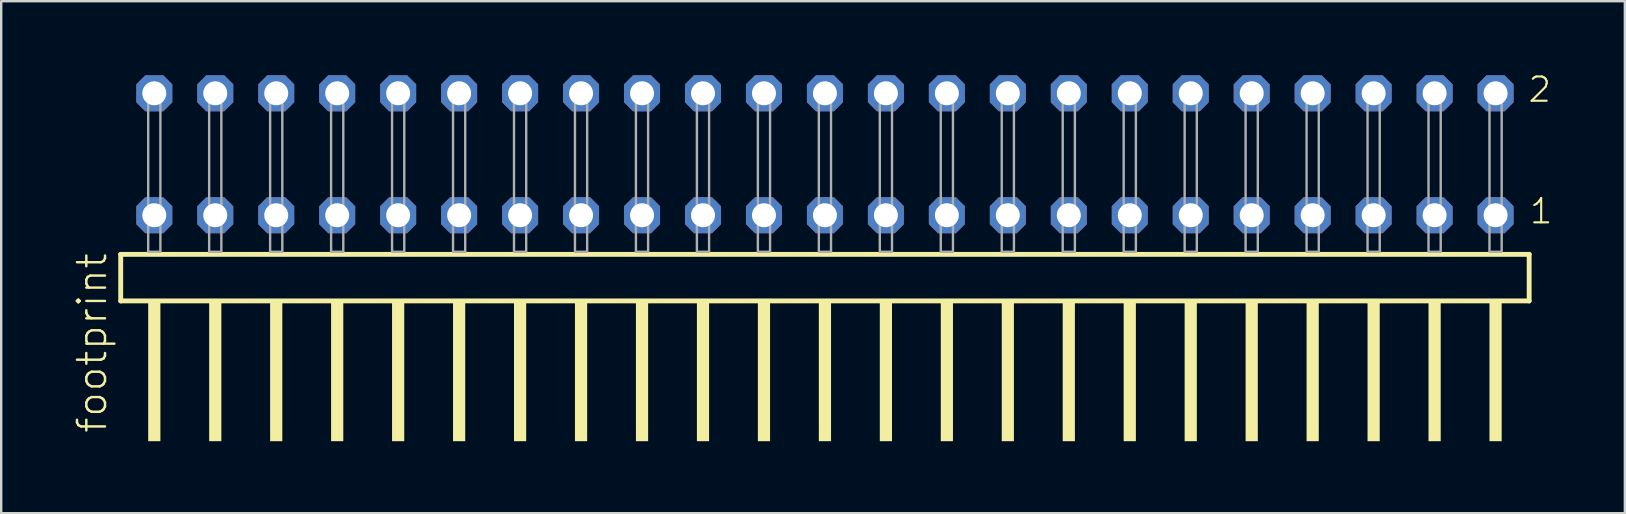
<source format=kicad_pcb>
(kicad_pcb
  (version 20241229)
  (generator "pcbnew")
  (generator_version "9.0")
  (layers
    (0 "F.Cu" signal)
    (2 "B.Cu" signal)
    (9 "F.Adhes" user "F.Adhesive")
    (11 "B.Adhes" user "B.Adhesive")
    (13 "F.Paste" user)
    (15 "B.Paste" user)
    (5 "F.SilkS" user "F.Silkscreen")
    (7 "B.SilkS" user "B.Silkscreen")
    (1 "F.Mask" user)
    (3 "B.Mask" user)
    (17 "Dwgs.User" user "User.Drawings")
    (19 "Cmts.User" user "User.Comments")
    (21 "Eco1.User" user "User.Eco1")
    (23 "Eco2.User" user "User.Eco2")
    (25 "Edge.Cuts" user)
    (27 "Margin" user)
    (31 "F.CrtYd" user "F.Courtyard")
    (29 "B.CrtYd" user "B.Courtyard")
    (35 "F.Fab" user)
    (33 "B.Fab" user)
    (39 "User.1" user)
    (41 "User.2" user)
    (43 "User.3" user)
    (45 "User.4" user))
  (footprint "footprint"
    (layer "F.Cu")
    (at 31.318 7.441)
    (property "Reference" "footprint" (at -29.845 7.62 90) (layer "F.SilkS") (effects (font (size 1.168 1.168) (thickness 0.102)) (justify left bottom)))
    (fp_line (start -29.339 0.106) (end -29.339 2.046) (stroke (width 0.203) (type solid)) (layer "F.SilkS"))
    (fp_line (start -29.339 2.046) (end 29.339 2.046) (stroke (width 0.203) (type solid)) (layer "F.SilkS"))
    (fp_line (start 29.339 0.106) (end -29.339 0.106) (stroke (width 0.203) (type solid)) (layer "F.SilkS"))
    (fp_line (start 29.339 2.046) (end 29.339 0.106) (stroke (width 0.203) (type solid)) (layer "F.SilkS"))
    (fp_poly (pts (xy -28.194 7.89) (xy -27.686 7.89) (xy -27.686 2.04) (xy -28.194 2.04)) (stroke (width 0) (type solid)) (fill yes) (layer "F.SilkS"))
    (fp_poly (pts (xy -25.654 7.89) (xy -25.146 7.89) (xy -25.146 2.04) (xy -25.654 2.04)) (stroke (width 0) (type solid)) (fill yes) (layer "F.SilkS"))
    (fp_poly (pts (xy -23.114 7.89) (xy -22.606 7.89) (xy -22.606 2.04) (xy -23.114 2.04)) (stroke (width 0) (type solid)) (fill yes) (layer "F.SilkS"))
    (fp_poly (pts (xy -20.574 7.89) (xy -20.066 7.89) (xy -20.066 2.04) (xy -20.574 2.04)) (stroke (width 0) (type solid)) (fill yes) (layer "F.SilkS"))
    (fp_poly (pts (xy -18.034 7.89) (xy -17.526 7.89) (xy -17.526 2.04) (xy -18.034 2.04)) (stroke (width 0) (type solid)) (fill yes) (layer "F.SilkS"))
    (fp_poly (pts (xy -15.494 7.89) (xy -14.986 7.89) (xy -14.986 2.04) (xy -15.494 2.04)) (stroke (width 0) (type solid)) (fill yes) (layer "F.SilkS"))
    (fp_poly (pts (xy -12.954 7.89) (xy -12.446 7.89) (xy -12.446 2.04) (xy -12.954 2.04)) (stroke (width 0) (type solid)) (fill yes) (layer "F.SilkS"))
    (fp_poly (pts (xy -10.414 7.89) (xy -9.906 7.89) (xy -9.906 2.04) (xy -10.414 2.04)) (stroke (width 0) (type solid)) (fill yes) (layer "F.SilkS"))
    (fp_poly (pts (xy -7.874 7.89) (xy -7.366 7.89) (xy -7.366 2.04) (xy -7.874 2.04)) (stroke (width 0) (type solid)) (fill yes) (layer "F.SilkS"))
    (fp_poly (pts (xy -5.334 7.89) (xy -4.826 7.89) (xy -4.826 2.04) (xy -5.334 2.04)) (stroke (width 0) (type solid)) (fill yes) (layer "F.SilkS"))
    (fp_poly (pts (xy -2.794 7.89) (xy -2.286 7.89) (xy -2.286 2.04) (xy -2.794 2.04)) (stroke (width 0) (type solid)) (fill yes) (layer "F.SilkS"))
    (fp_poly (pts (xy -0.254 7.89) (xy 0.254 7.89) (xy 0.254 2.04) (xy -0.254 2.04)) (stroke (width 0) (type solid)) (fill yes) (layer "F.SilkS"))
    (fp_poly (pts (xy 2.286 7.89) (xy 2.794 7.89) (xy 2.794 2.04) (xy 2.286 2.04)) (stroke (width 0) (type solid)) (fill yes) (layer "F.SilkS"))
    (fp_poly (pts (xy 4.826 7.89) (xy 5.334 7.89) (xy 5.334 2.04) (xy 4.826 2.04)) (stroke (width 0) (type solid)) (fill yes) (layer "F.SilkS"))
    (fp_poly (pts (xy 7.366 7.89) (xy 7.874 7.89) (xy 7.874 2.04) (xy 7.366 2.04)) (stroke (width 0) (type solid)) (fill yes) (layer "F.SilkS"))
    (fp_poly (pts (xy 9.906 7.89) (xy 10.414 7.89) (xy 10.414 2.04) (xy 9.906 2.04)) (stroke (width 0) (type solid)) (fill yes) (layer "F.SilkS"))
    (fp_poly (pts (xy 12.446 7.89) (xy 12.954 7.89) (xy 12.954 2.04) (xy 12.446 2.04)) (stroke (width 0) (type solid)) (fill yes) (layer "F.SilkS"))
    (fp_poly (pts (xy 14.986 7.89) (xy 15.494 7.89) (xy 15.494 2.04) (xy 14.986 2.04)) (stroke (width 0) (type solid)) (fill yes) (layer "F.SilkS"))
    (fp_poly (pts (xy 17.526 7.89) (xy 18.034 7.89) (xy 18.034 2.04) (xy 17.526 2.04)) (stroke (width 0) (type solid)) (fill yes) (layer "F.SilkS"))
    (fp_poly (pts (xy 20.066 7.89) (xy 20.574 7.89) (xy 20.574 2.04) (xy 20.066 2.04)) (stroke (width 0) (type solid)) (fill yes) (layer "F.SilkS"))
    (fp_poly (pts (xy 22.606 7.89) (xy 23.114 7.89) (xy 23.114 2.04) (xy 22.606 2.04)) (stroke (width 0) (type solid)) (fill yes) (layer "F.SilkS"))
    (fp_poly (pts (xy 25.146 7.89) (xy 25.654 7.89) (xy 25.654 2.04) (xy 25.146 2.04)) (stroke (width 0) (type solid)) (fill yes) (layer "F.SilkS"))
    (fp_poly (pts (xy 27.686 7.89) (xy 28.194 7.89) (xy 28.194 2.04) (xy 27.686 2.04)) (stroke (width 0) (type solid)) (fill yes) (layer "F.SilkS"))
    (fp_poly (pts (xy -28.194 0) (xy -27.686 0) (xy -27.686 -6.858) (xy -28.194 -6.858)) (stroke (width 0.1) (type solid)) (fill no) (layer "F.Fab"))
    (fp_poly (pts (xy -25.654 0) (xy -25.146 0) (xy -25.146 -6.858) (xy -25.654 -6.858)) (stroke (width 0.1) (type solid)) (fill no) (layer "F.Fab"))
    (fp_poly (pts (xy -23.114 0) (xy -22.606 0) (xy -22.606 -6.858) (xy -23.114 -6.858)) (stroke (width 0.1) (type solid)) (fill no) (layer "F.Fab"))
    (fp_poly (pts (xy -20.574 0) (xy -20.066 0) (xy -20.066 -6.858) (xy -20.574 -6.858)) (stroke (width 0.1) (type solid)) (fill no) (layer "F.Fab"))
    (fp_poly (pts (xy -18.034 0) (xy -17.526 0) (xy -17.526 -6.858) (xy -18.034 -6.858)) (stroke (width 0.1) (type solid)) (fill no) (layer "F.Fab"))
    (fp_poly (pts (xy -15.494 0) (xy -14.986 0) (xy -14.986 -6.858) (xy -15.494 -6.858)) (stroke (width 0.1) (type solid)) (fill no) (layer "F.Fab"))
    (fp_poly (pts (xy -12.954 0) (xy -12.446 0) (xy -12.446 -6.858) (xy -12.954 -6.858)) (stroke (width 0.1) (type solid)) (fill no) (layer "F.Fab"))
    (fp_poly (pts (xy -10.414 0) (xy -9.906 0) (xy -9.906 -6.858) (xy -10.414 -6.858)) (stroke (width 0.1) (type solid)) (fill no) (layer "F.Fab"))
    (fp_poly (pts (xy -7.874 0) (xy -7.366 0) (xy -7.366 -6.858) (xy -7.874 -6.858)) (stroke (width 0.1) (type solid)) (fill no) (layer "F.Fab"))
    (fp_poly (pts (xy -5.334 0) (xy -4.826 0) (xy -4.826 -6.858) (xy -5.334 -6.858)) (stroke (width 0.1) (type solid)) (fill no) (layer "F.Fab"))
    (fp_poly (pts (xy -2.794 0) (xy -2.286 0) (xy -2.286 -6.858) (xy -2.794 -6.858)) (stroke (width 0.1) (type solid)) (fill no) (layer "F.Fab"))
    (fp_poly (pts (xy -0.254 0) (xy 0.254 0) (xy 0.254 -6.858) (xy -0.254 -6.858)) (stroke (width 0.1) (type solid)) (fill no) (layer "F.Fab"))
    (fp_poly (pts (xy 2.286 0) (xy 2.794 0) (xy 2.794 -6.858) (xy 2.286 -6.858)) (stroke (width 0.1) (type solid)) (fill no) (layer "F.Fab"))
    (fp_poly (pts (xy 4.826 0) (xy 5.334 0) (xy 5.334 -6.858) (xy 4.826 -6.858)) (stroke (width 0.1) (type solid)) (fill no) (layer "F.Fab"))
    (fp_poly (pts (xy 7.366 0) (xy 7.874 0) (xy 7.874 -6.858) (xy 7.366 -6.858)) (stroke (width 0.1) (type solid)) (fill no) (layer "F.Fab"))
    (fp_poly (pts (xy 9.906 0) (xy 10.414 0) (xy 10.414 -6.858) (xy 9.906 -6.858)) (stroke (width 0.1) (type solid)) (fill no) (layer "F.Fab"))
    (fp_poly (pts (xy 12.446 0) (xy 12.954 0) (xy 12.954 -6.858) (xy 12.446 -6.858)) (stroke (width 0.1) (type solid)) (fill no) (layer "F.Fab"))
    (fp_poly (pts (xy 14.986 0) (xy 15.494 0) (xy 15.494 -6.858) (xy 14.986 -6.858)) (stroke (width 0.1) (type solid)) (fill no) (layer "F.Fab"))
    (fp_poly (pts (xy 17.526 0) (xy 18.034 0) (xy 18.034 -6.858) (xy 17.526 -6.858)) (stroke (width 0.1) (type solid)) (fill no) (layer "F.Fab"))
    (fp_poly (pts (xy 20.066 0) (xy 20.574 0) (xy 20.574 -6.858) (xy 20.066 -6.858)) (stroke (width 0.1) (type solid)) (fill no) (layer "F.Fab"))
    (fp_poly (pts (xy 22.606 0) (xy 23.114 0) (xy 23.114 -6.858) (xy 22.606 -6.858)) (stroke (width 0.1) (type solid)) (fill no) (layer "F.Fab"))
    (fp_poly (pts (xy 25.146 0) (xy 25.654 0) (xy 25.654 -6.858) (xy 25.146 -6.858)) (stroke (width 0.1) (type solid)) (fill no) (layer "F.Fab"))
    (fp_poly (pts (xy 27.686 0) (xy 28.194 0) (xy 28.194 -6.858) (xy 27.686 -6.858)) (stroke (width 0.1) (type solid)) (fill no) (layer "F.Fab"))
    (fp_text user "2" (at 29.24 -6.165 0) (layer "F.SilkS") (effects (font (size 1.012 1.012) (thickness 0.088)) (justify left bottom)))
    (fp_text user "1" (at 29.3 -1.1 0) (layer "F.SilkS") (effects (font (size 1.012 1.012) (thickness 0.088)) (justify left bottom)))
    (pad "1" thru_hole roundrect (at 27.94 -1.524 180) (size 1.5 1.5) (drill 1) (layers "*.Cu" "*.Mask") (roundrect_rratio 0.25) (chamfer_ratio 0.25) (chamfer top_left top_right bottom_left bottom_right))
    (pad "2" thru_hole roundrect (at 27.94 -6.604 180) (size 1.5 1.5) (drill 1) (layers "*.Cu" "*.Mask") (roundrect_rratio 0.25) (chamfer_ratio 0.25) (chamfer top_left top_right bottom_left bottom_right))
    (pad "3" thru_hole roundrect (at 25.4 -1.524 180) (size 1.5 1.5) (drill 1) (layers "*.Cu" "*.Mask") (roundrect_rratio 0.25) (chamfer_ratio 0.25) (chamfer top_left top_right bottom_left bottom_right))
    (pad "4" thru_hole roundrect (at 25.4 -6.604 180) (size 1.5 1.5) (drill 1) (layers "*.Cu" "*.Mask") (roundrect_rratio 0.25) (chamfer_ratio 0.25) (chamfer top_left top_right bottom_left bottom_right))
    (pad "5" thru_hole roundrect (at 22.86 -1.524 180) (size 1.5 1.5) (drill 1) (layers "*.Cu" "*.Mask") (roundrect_rratio 0.25) (chamfer_ratio 0.25) (chamfer top_left top_right bottom_left bottom_right))
    (pad "6" thru_hole roundrect (at 22.86 -6.604 180) (size 1.5 1.5) (drill 1) (layers "*.Cu" "*.Mask") (roundrect_rratio 0.25) (chamfer_ratio 0.25) (chamfer top_left top_right bottom_left bottom_right))
    (pad "7" thru_hole roundrect (at 20.32 -1.524 180) (size 1.5 1.5) (drill 1) (layers "*.Cu" "*.Mask") (roundrect_rratio 0.25) (chamfer_ratio 0.25) (chamfer top_left top_right bottom_left bottom_right))
    (pad "8" thru_hole roundrect (at 20.32 -6.604 180) (size 1.5 1.5) (drill 1) (layers "*.Cu" "*.Mask") (roundrect_rratio 0.25) (chamfer_ratio 0.25) (chamfer top_left top_right bottom_left bottom_right))
    (pad "9" thru_hole roundrect (at 17.78 -1.524 180) (size 1.5 1.5) (drill 1) (layers "*.Cu" "*.Mask") (roundrect_rratio 0.25) (chamfer_ratio 0.25) (chamfer top_left top_right bottom_left bottom_right))
    (pad "10" thru_hole roundrect (at 17.78 -6.604 180) (size 1.5 1.5) (drill 1) (layers "*.Cu" "*.Mask") (roundrect_rratio 0.25) (chamfer_ratio 0.25) (chamfer top_left top_right bottom_left bottom_right))
    (pad "11" thru_hole roundrect (at 15.24 -1.524 180) (size 1.5 1.5) (drill 1) (layers "*.Cu" "*.Mask") (roundrect_rratio 0.25) (chamfer_ratio 0.25) (chamfer top_left top_right bottom_left bottom_right))
    (pad "12" thru_hole roundrect (at 15.24 -6.604 180) (size 1.5 1.5) (drill 1) (layers "*.Cu" "*.Mask") (roundrect_rratio 0.25) (chamfer_ratio 0.25) (chamfer top_left top_right bottom_left bottom_right))
    (pad "13" thru_hole roundrect (at 12.7 -1.524 180) (size 1.5 1.5) (drill 1) (layers "*.Cu" "*.Mask") (roundrect_rratio 0.25) (chamfer_ratio 0.25) (chamfer top_left top_right bottom_left bottom_right))
    (pad "14" thru_hole roundrect (at 12.7 -6.604 180) (size 1.5 1.5) (drill 1) (layers "*.Cu" "*.Mask") (roundrect_rratio 0.25) (chamfer_ratio 0.25) (chamfer top_left top_right bottom_left bottom_right))
    (pad "15" thru_hole roundrect (at 10.16 -1.524 180) (size 1.5 1.5) (drill 1) (layers "*.Cu" "*.Mask") (roundrect_rratio 0.25) (chamfer_ratio 0.25) (chamfer top_left top_right bottom_left bottom_right))
    (pad "16" thru_hole roundrect (at 10.16 -6.604 180) (size 1.5 1.5) (drill 1) (layers "*.Cu" "*.Mask") (roundrect_rratio 0.25) (chamfer_ratio 0.25) (chamfer top_left top_right bottom_left bottom_right))
    (pad "17" thru_hole roundrect (at 7.62 -1.524 180) (size 1.5 1.5) (drill 1) (layers "*.Cu" "*.Mask") (roundrect_rratio 0.25) (chamfer_ratio 0.25) (chamfer top_left top_right bottom_left bottom_right))
    (pad "18" thru_hole roundrect (at 7.62 -6.604 180) (size 1.5 1.5) (drill 1) (layers "*.Cu" "*.Mask") (roundrect_rratio 0.25) (chamfer_ratio 0.25) (chamfer top_left top_right bottom_left bottom_right))
    (pad "19" thru_hole roundrect (at 5.08 -1.524 180) (size 1.5 1.5) (drill 1) (layers "*.Cu" "*.Mask") (roundrect_rratio 0.25) (chamfer_ratio 0.25) (chamfer top_left top_right bottom_left bottom_right))
    (pad "20" thru_hole roundrect (at 5.08 -6.604 180) (size 1.5 1.5) (drill 1) (layers "*.Cu" "*.Mask") (roundrect_rratio 0.25) (chamfer_ratio 0.25) (chamfer top_left top_right bottom_left bottom_right))
    (pad "21" thru_hole roundrect (at 2.54 -1.524 180) (size 1.5 1.5) (drill 1) (layers "*.Cu" "*.Mask") (roundrect_rratio 0.25) (chamfer_ratio 0.25) (chamfer top_left top_right bottom_left bottom_right))
    (pad "22" thru_hole roundrect (at 2.54 -6.604 180) (size 1.5 1.5) (drill 1) (layers "*.Cu" "*.Mask") (roundrect_rratio 0.25) (chamfer_ratio 0.25) (chamfer top_left top_right bottom_left bottom_right))
    (pad "23" thru_hole roundrect (at 0 -1.524 180) (size 1.5 1.5) (drill 1) (layers "*.Cu" "*.Mask") (roundrect_rratio 0.25) (chamfer_ratio 0.25) (chamfer top_left top_right bottom_left bottom_right))
    (pad "24" thru_hole roundrect (at 0 -6.604 180) (size 1.5 1.5) (drill 1) (layers "*.Cu" "*.Mask") (roundrect_rratio 0.25) (chamfer_ratio 0.25) (chamfer top_left top_right bottom_left bottom_right))
    (pad "25" thru_hole roundrect (at -2.54 -1.524 180) (size 1.5 1.5) (drill 1) (layers "*.Cu" "*.Mask") (roundrect_rratio 0.25) (chamfer_ratio 0.25) (chamfer top_left top_right bottom_left bottom_right))
    (pad "26" thru_hole roundrect (at -2.54 -6.604 180) (size 1.5 1.5) (drill 1) (layers "*.Cu" "*.Mask") (roundrect_rratio 0.25) (chamfer_ratio 0.25) (chamfer top_left top_right bottom_left bottom_right))
    (pad "27" thru_hole roundrect (at -5.08 -1.524 180) (size 1.5 1.5) (drill 1) (layers "*.Cu" "*.Mask") (roundrect_rratio 0.25) (chamfer_ratio 0.25) (chamfer top_left top_right bottom_left bottom_right))
    (pad "28" thru_hole roundrect (at -5.08 -6.604 180) (size 1.5 1.5) (drill 1) (layers "*.Cu" "*.Mask") (roundrect_rratio 0.25) (chamfer_ratio 0.25) (chamfer top_left top_right bottom_left bottom_right))
    (pad "29" thru_hole roundrect (at -7.62 -1.524 180) (size 1.5 1.5) (drill 1) (layers "*.Cu" "*.Mask") (roundrect_rratio 0.25) (chamfer_ratio 0.25) (chamfer top_left top_right bottom_left bottom_right))
    (pad "30" thru_hole roundrect (at -7.62 -6.604 180) (size 1.5 1.5) (drill 1) (layers "*.Cu" "*.Mask") (roundrect_rratio 0.25) (chamfer_ratio 0.25) (chamfer top_left top_right bottom_left bottom_right))
    (pad "31" thru_hole roundrect (at -10.16 -1.524 180) (size 1.5 1.5) (drill 1) (layers "*.Cu" "*.Mask") (roundrect_rratio 0.25) (chamfer_ratio 0.25) (chamfer top_left top_right bottom_left bottom_right))
    (pad "32" thru_hole roundrect (at -10.16 -6.604 180) (size 1.5 1.5) (drill 1) (layers "*.Cu" "*.Mask") (roundrect_rratio 0.25) (chamfer_ratio 0.25) (chamfer top_left top_right bottom_left bottom_right))
    (pad "33" thru_hole roundrect (at -12.7 -1.524 180) (size 1.5 1.5) (drill 1) (layers "*.Cu" "*.Mask") (roundrect_rratio 0.25) (chamfer_ratio 0.25) (chamfer top_left top_right bottom_left bottom_right))
    (pad "34" thru_hole roundrect (at -12.7 -6.604 180) (size 1.5 1.5) (drill 1) (layers "*.Cu" "*.Mask") (roundrect_rratio 0.25) (chamfer_ratio 0.25) (chamfer top_left top_right bottom_left bottom_right))
    (pad "35" thru_hole roundrect (at -15.24 -1.524 180) (size 1.5 1.5) (drill 1) (layers "*.Cu" "*.Mask") (roundrect_rratio 0.25) (chamfer_ratio 0.25) (chamfer top_left top_right bottom_left bottom_right))
    (pad "36" thru_hole roundrect (at -15.24 -6.604 180) (size 1.5 1.5) (drill 1) (layers "*.Cu" "*.Mask") (roundrect_rratio 0.25) (chamfer_ratio 0.25) (chamfer top_left top_right bottom_left bottom_right))
    (pad "37" thru_hole roundrect (at -17.78 -1.524 180) (size 1.5 1.5) (drill 1) (layers "*.Cu" "*.Mask") (roundrect_rratio 0.25) (chamfer_ratio 0.25) (chamfer top_left top_right bottom_left bottom_right))
    (pad "38" thru_hole roundrect (at -17.78 -6.604 180) (size 1.5 1.5) (drill 1) (layers "*.Cu" "*.Mask") (roundrect_rratio 0.25) (chamfer_ratio 0.25) (chamfer top_left top_right bottom_left bottom_right))
    (pad "39" thru_hole roundrect (at -20.32 -1.524 180) (size 1.5 1.5) (drill 1) (layers "*.Cu" "*.Mask") (roundrect_rratio 0.25) (chamfer_ratio 0.25) (chamfer top_left top_right bottom_left bottom_right))
    (pad "40" thru_hole roundrect (at -20.32 -6.604 180) (size 1.5 1.5) (drill 1) (layers "*.Cu" "*.Mask") (roundrect_rratio 0.25) (chamfer_ratio 0.25) (chamfer top_left top_right bottom_left bottom_right))
    (pad "41" thru_hole roundrect (at -22.86 -1.524 180) (size 1.5 1.5) (drill 1) (layers "*.Cu" "*.Mask") (roundrect_rratio 0.25) (chamfer_ratio 0.25) (chamfer top_left top_right bottom_left bottom_right))
    (pad "42" thru_hole roundrect (at -22.86 -6.604 180) (size 1.5 1.5) (drill 1) (layers "*.Cu" "*.Mask") (roundrect_rratio 0.25) (chamfer_ratio 0.25) (chamfer top_left top_right bottom_left bottom_right))
    (pad "43" thru_hole roundrect (at -25.4 -1.524 180) (size 1.5 1.5) (drill 1) (layers "*.Cu" "*.Mask") (roundrect_rratio 0.25) (chamfer_ratio 0.25) (chamfer top_left top_right bottom_left bottom_right))
    (pad "44" thru_hole roundrect (at -25.4 -6.604 180) (size 1.5 1.5) (drill 1) (layers "*.Cu" "*.Mask") (roundrect_rratio 0.25) (chamfer_ratio 0.25) (chamfer top_left top_right bottom_left bottom_right))
    (pad "45" thru_hole roundrect (at -27.94 -1.524 180) (size 1.5 1.5) (drill 1) (layers "*.Cu" "*.Mask") (roundrect_rratio 0.25) (chamfer_ratio 0.25) (chamfer top_left top_right bottom_left bottom_right))
    (pad "46" thru_hole roundrect (at -27.94 -6.604 180) (size 1.5 1.5) (drill 1) (layers "*.Cu" "*.Mask") (roundrect_rratio 0.25) (chamfer_ratio 0.25) (chamfer top_left top_right bottom_left bottom_right)))
  (gr_rect
    (start -3 -3)
    (end 64.644 18.331)
    (stroke (width 0.1) (type default))
    (fill no)
    (layer "Edge.Cuts")))
</source>
